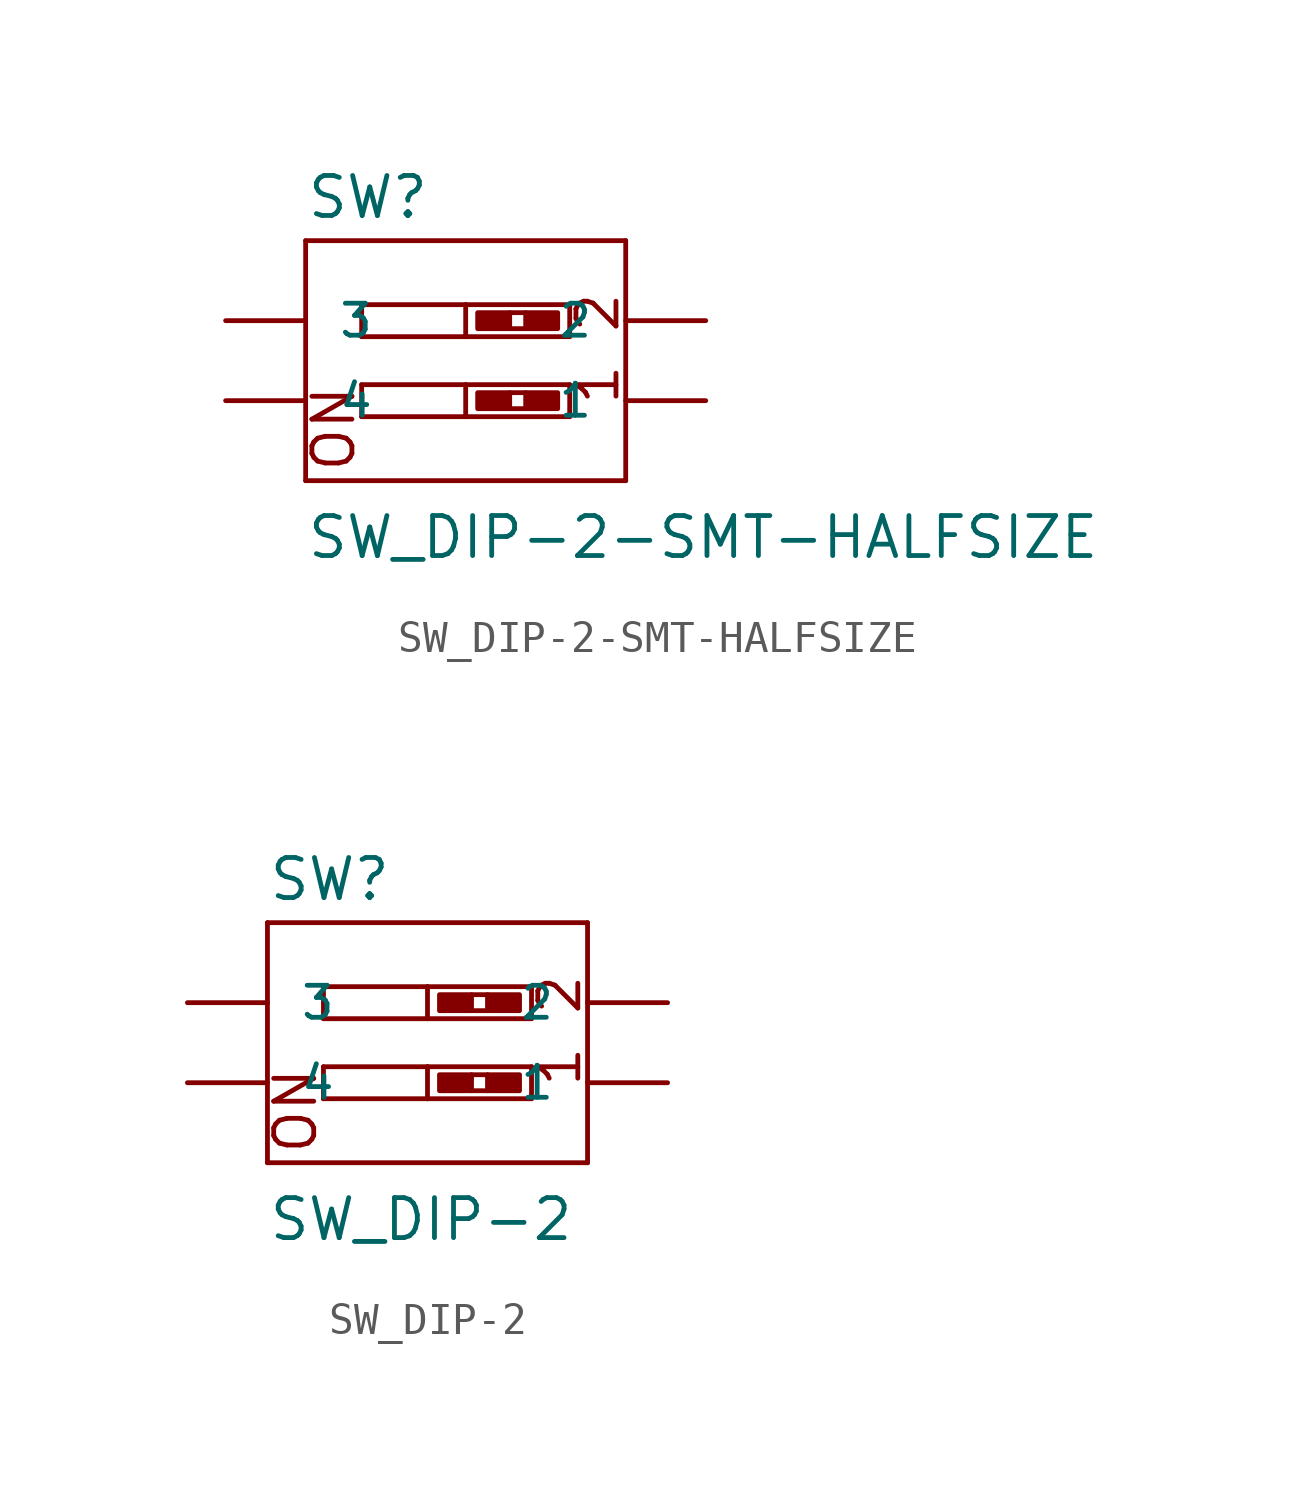
<source format=kicad_sym>
(kicad_symbol_lib
  (version 20220914)
  (generator kicad_symbol_editor)
  (symbol "SW_DIP-2-SMT-HALFSIZE"
    (pin_numbers hide)
    (pin_names
      (offset 1.016))
    (property "Reference" "SW"
      (at -5.08 3.175 0)
      (effects (font (size 1.27 1.27)) (justify left bottom)))
    (property "Value" "SW_DIP-2-SMT-HALFSIZE"
      (at -5.08 -7.62 0)
      (effects (font (size 1.27 1.27)) (justify left bottom)))
    (property "ki_locked" ""
      (at 0 0 0)
      (effects (font (size 1.27 1.27))))
    (symbol "SW_DIP-2-SMT-HALFSIZE_1_0"
      (polyline (pts (xy -5.08 -5.08) (xy -5.08 2.54)) (stroke (width 0) (type solid)) (fill (type none)))
      (polyline (pts (xy -5.08 -5.08) (xy 5.08 -5.08)) (stroke (width 0) (type solid)) (fill (type none)))
      (polyline (pts (xy -3.302 -3.048) (xy -3.302 -2.032)) (stroke (width 0) (type solid)) (fill (type none)))
      (polyline (pts (xy -3.302 -2.032) (xy 0 -2.032)) (stroke (width 0) (type solid)) (fill (type none)))
      (polyline (pts (xy -3.302 -0.508) (xy -3.302 0.508)) (stroke (width 0) (type solid)) (fill (type none)))
      (polyline (pts (xy -3.302 0.508) (xy 0 0.508)) (stroke (width 0) (type solid)) (fill (type none)))
      (polyline (pts (xy 0 -3.048) (xy -3.302 -3.048)) (stroke (width 0) (type solid)) (fill (type none)))
      (polyline (pts (xy 0 -2.032) (xy 0 -3.048)) (stroke (width 0) (type solid)) (fill (type none)))
      (polyline (pts (xy 0 -2.032) (xy 3.302 -2.032)) (stroke (width 0) (type solid)) (fill (type none)))
      (polyline (pts (xy 0 -0.508) (xy -3.302 -0.508)) (stroke (width 0) (type solid)) (fill (type none)))
      (polyline (pts (xy 0 0.508) (xy 0 -0.508)) (stroke (width 0) (type solid)) (fill (type none)))
      (polyline (pts (xy 0 0.508) (xy 3.302 0.508)) (stroke (width 0) (type solid)) (fill (type none)))
      (polyline (pts (xy 1.397 -2.794) (xy 1.905 -2.794)) (stroke (width 0) (type solid)) (fill (type none)))
      (polyline (pts (xy 1.397 -2.286) (xy 1.905 -2.286)) (stroke (width 0) (type solid)) (fill (type none)))
      (polyline (pts (xy 1.397 -0.254) (xy 1.905 -0.254)) (stroke (width 0) (type solid)) (fill (type none)))
      (polyline (pts (xy 1.397 0.254) (xy 1.905 0.254)) (stroke (width 0) (type solid)) (fill (type none)))
      (polyline (pts (xy 3.302 -3.048) (xy 0 -3.048)) (stroke (width 0) (type solid)) (fill (type none)))
      (polyline (pts (xy 3.302 -2.032) (xy 3.302 -3.048)) (stroke (width 0) (type solid)) (fill (type none)))
      (polyline (pts (xy 3.302 -0.508) (xy 0 -0.508)) (stroke (width 0) (type solid)) (fill (type none)))
      (polyline (pts (xy 3.302 0.508) (xy 3.302 -0.508)) (stroke (width 0) (type solid)) (fill (type none)))
      (polyline (pts (xy 5.08 2.54) (xy -5.08 2.54)) (stroke (width 0) (type solid)) (fill (type none)))
      (polyline (pts (xy 5.08 2.54) (xy 5.08 -5.08)) (stroke (width 0) (type solid)) (fill (type none)))
      (text "1" (at 4.191 -2.032 900) (effects (font (size 1.27 1.27))))
      (text "2" (at 4.191 0.254 900) (effects (font (size 1.27 1.27))))
      (text "ON" (at -4.191 -3.429 900) (effects (font (size 1.27 1.27)))))
    (symbol "SW_DIP-2-SMT-HALFSIZE_1_1"
      (rectangle (start 0.381 -2.794) (end 1.397 -2.286) (stroke (width 0) (type solid)) (fill (type outline)))
      (rectangle (start 0.381 -0.254) (end 1.397 0.254) (stroke (width 0) (type solid)) (fill (type outline)))
      (rectangle (start 1.905 -2.794) (end 2.921 -2.286) (stroke (width 0) (type solid)) (fill (type outline)))
      (rectangle (start 1.905 -0.254) (end 2.921 0.254) (stroke (width 0) (type solid)) (fill (type outline)))
      (pin passive line (at 7.62 -2.54 180) (length 2.54) (name "1" (effects (font (size 1.016 1.016)))) (number "1" (effects (font (size 1.016 1.016)))))
      (pin passive line (at 7.62 0 180) (length 2.54) (name "2" (effects (font (size 1.016 1.016)))) (number "2" (effects (font (size 1.016 1.016)))))
      (pin passive line (at -7.62 0 0) (length 2.54) (name "3" (effects (font (size 1.016 1.016)))) (number "3" (effects (font (size 1.016 1.016)))))
      (pin passive line (at -7.62 -2.54 0) (length 2.54) (name "4" (effects (font (size 1.016 1.016)))) (number "4" (effects (font (size 1.016 1.016)))))))
  (symbol "SW_DIP-2"
    (pin_numbers hide)
    (pin_names
      (offset 1.016))
    (property "Reference" "SW"
      (at -5.08 3.175 0)
      (effects (font (size 1.27 1.27)) (justify left bottom)))
    (property "Value" "SW_DIP-2"
      (at -5.08 -7.62 0)
      (effects (font (size 1.27 1.27)) (justify left bottom)))
    (property "ki_locked" ""
      (at 0 0 0)
      (effects (font (size 1.27 1.27))))
    (symbol "SW_DIP-2_1_0"
      (polyline (pts (xy -5.08 -5.08) (xy -5.08 2.54)) (stroke (width 0) (type solid)) (fill (type none)))
      (polyline (pts (xy -5.08 -5.08) (xy 5.08 -5.08)) (stroke (width 0) (type solid)) (fill (type none)))
      (polyline (pts (xy -3.302 -3.048) (xy -3.302 -2.032)) (stroke (width 0) (type solid)) (fill (type none)))
      (polyline (pts (xy -3.302 -2.032) (xy 0 -2.032)) (stroke (width 0) (type solid)) (fill (type none)))
      (polyline (pts (xy -3.302 -0.508) (xy -3.302 0.508)) (stroke (width 0) (type solid)) (fill (type none)))
      (polyline (pts (xy -3.302 0.508) (xy 0 0.508)) (stroke (width 0) (type solid)) (fill (type none)))
      (polyline (pts (xy 0 -3.048) (xy -3.302 -3.048)) (stroke (width 0) (type solid)) (fill (type none)))
      (polyline (pts (xy 0 -2.032) (xy 0 -3.048)) (stroke (width 0) (type solid)) (fill (type none)))
      (polyline (pts (xy 0 -2.032) (xy 3.302 -2.032)) (stroke (width 0) (type solid)) (fill (type none)))
      (polyline (pts (xy 0 -0.508) (xy -3.302 -0.508)) (stroke (width 0) (type solid)) (fill (type none)))
      (polyline (pts (xy 0 0.508) (xy 0 -0.508)) (stroke (width 0) (type solid)) (fill (type none)))
      (polyline (pts (xy 0 0.508) (xy 3.302 0.508)) (stroke (width 0) (type solid)) (fill (type none)))
      (polyline (pts (xy 1.397 -2.794) (xy 1.905 -2.794)) (stroke (width 0) (type solid)) (fill (type none)))
      (polyline (pts (xy 1.397 -2.286) (xy 1.905 -2.286)) (stroke (width 0) (type solid)) (fill (type none)))
      (polyline (pts (xy 1.397 -0.254) (xy 1.905 -0.254)) (stroke (width 0) (type solid)) (fill (type none)))
      (polyline (pts (xy 1.397 0.254) (xy 1.905 0.254)) (stroke (width 0) (type solid)) (fill (type none)))
      (polyline (pts (xy 3.302 -3.048) (xy 0 -3.048)) (stroke (width 0) (type solid)) (fill (type none)))
      (polyline (pts (xy 3.302 -2.032) (xy 3.302 -3.048)) (stroke (width 0) (type solid)) (fill (type none)))
      (polyline (pts (xy 3.302 -0.508) (xy 0 -0.508)) (stroke (width 0) (type solid)) (fill (type none)))
      (polyline (pts (xy 3.302 0.508) (xy 3.302 -0.508)) (stroke (width 0) (type solid)) (fill (type none)))
      (polyline (pts (xy 5.08 2.54) (xy -5.08 2.54)) (stroke (width 0) (type solid)) (fill (type none)))
      (polyline (pts (xy 5.08 2.54) (xy 5.08 -5.08)) (stroke (width 0) (type solid)) (fill (type none)))
      (text "1" (at 4.191 -2.032 900) (effects (font (size 1.27 1.27))))
      (text "2" (at 4.191 0.254 900) (effects (font (size 1.27 1.27))))
      (text "ON" (at -4.191 -3.429 900) (effects (font (size 1.27 1.27)))))
    (symbol "SW_DIP-2_1_1"
      (rectangle (start 0.381 -2.794) (end 1.397 -2.286) (stroke (width 0) (type solid)) (fill (type outline)))
      (rectangle (start 0.381 -0.254) (end 1.397 0.254) (stroke (width 0) (type solid)) (fill (type outline)))
      (rectangle (start 1.905 -2.794) (end 2.921 -2.286) (stroke (width 0) (type solid)) (fill (type outline)))
      (rectangle (start 1.905 -0.254) (end 2.921 0.254) (stroke (width 0) (type solid)) (fill (type outline)))
      (pin passive line (at 7.62 -2.54 180) (length 2.54) (name "1" (effects (font (size 1.016 1.016)))) (number "1" (effects (font (size 1.016 1.016)))))
      (pin passive line (at 7.62 0 180) (length 2.54) (name "2" (effects (font (size 1.016 1.016)))) (number "2" (effects (font (size 1.016 1.016)))))
      (pin passive line (at -7.62 0 0) (length 2.54) (name "3" (effects (font (size 1.016 1.016)))) (number "3" (effects (font (size 1.016 1.016)))))
      (pin passive line (at -7.62 -2.54 0) (length 2.54) (name "4" (effects (font (size 1.016 1.016)))) (number "4" (effects (font (size 1.016 1.016))))))))
</source>
